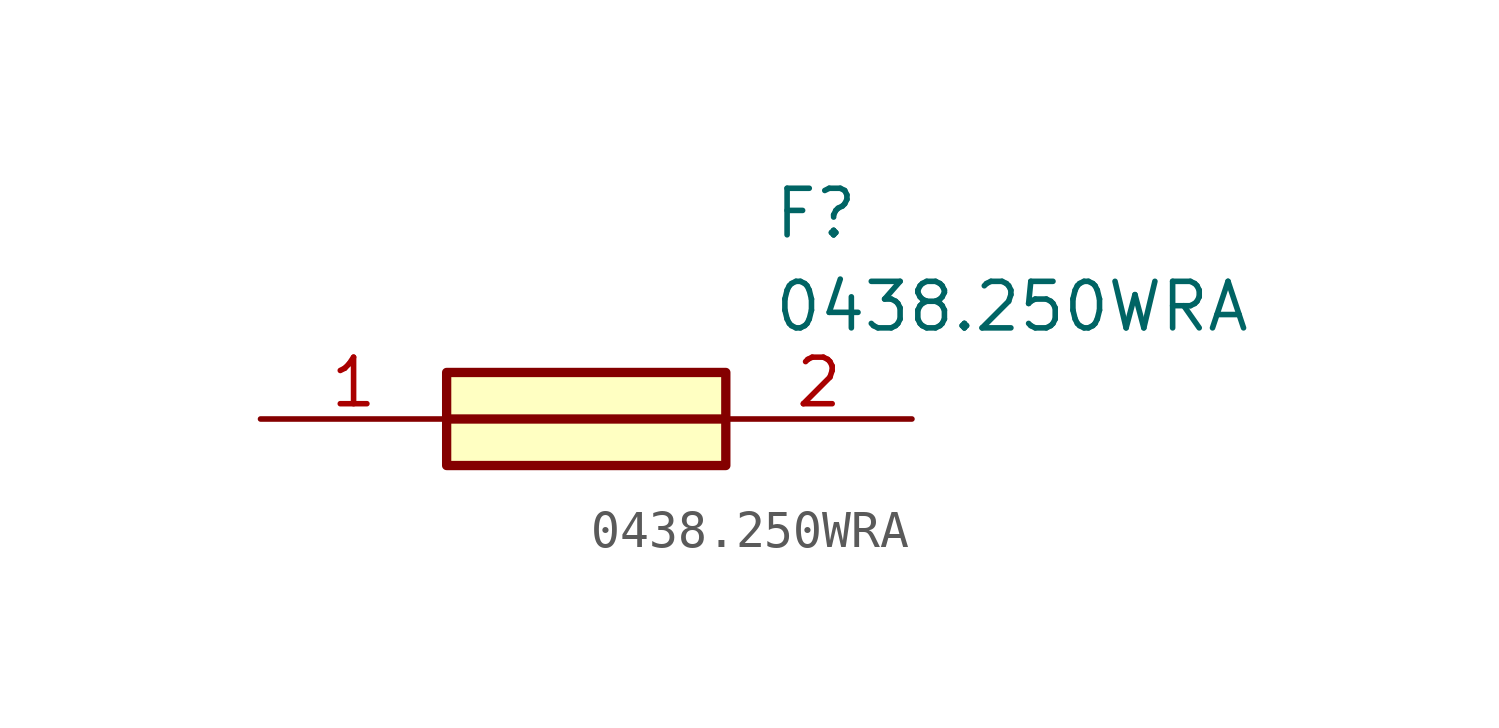
<source format=kicad_sym>
(kicad_symbol_lib
  (version 20211014)
  (generator SamacSys_ECAD_Model)
  (symbol "0438.250WRA"
    (pin_names hide)
    (property "Reference" "F"
      (at 13.97 6.35 0)
      (effects (font (size 1.27 1.27)) (justify left top)))
    (property "Value" "0438.250WRA"
      (at 13.97 3.81 0)
      (effects (font (size 1.27 1.27)) (justify left top)))
    (rectangle
      (start 5.08 1.27)
      (end 12.7 -1.27)
      (stroke (width 0.254) (type default))
      (fill (type background)))
    (polyline
      (pts (xy 5.08 0) (xy 12.7 0))
      (stroke (width 0.254) (type default))
      (fill (type none)))
    (pin passive line
      (at 0 0 0)
      (length 5.08)
      (name "1" (effects (font (size 1.27 1.27))))
      (number "1" (effects (font (size 1.27 1.27)))))
    (pin passive line
      (at 17.78 0 180)
      (length 5.08)
      (name "2" (effects (font (size 1.27 1.27))))
      (number "2" (effects (font (size 1.27 1.27)))))))
</source>
